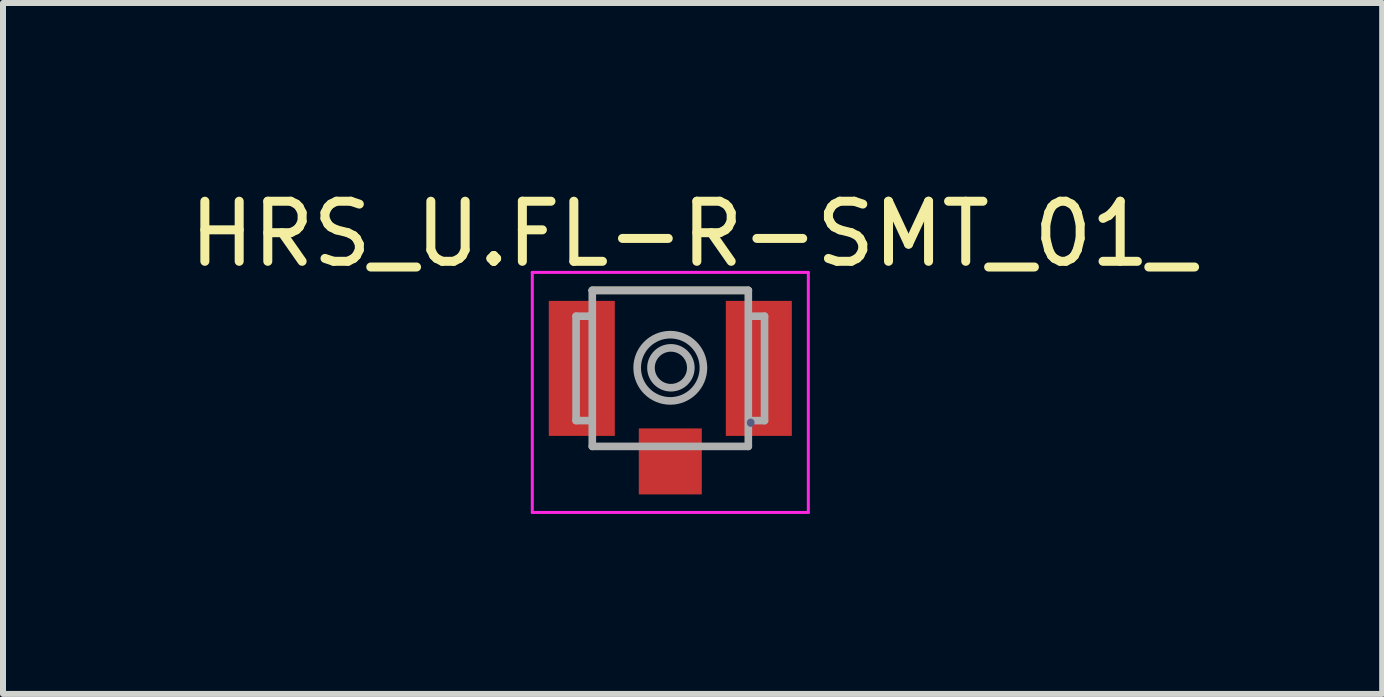
<source format=kicad_pcb>
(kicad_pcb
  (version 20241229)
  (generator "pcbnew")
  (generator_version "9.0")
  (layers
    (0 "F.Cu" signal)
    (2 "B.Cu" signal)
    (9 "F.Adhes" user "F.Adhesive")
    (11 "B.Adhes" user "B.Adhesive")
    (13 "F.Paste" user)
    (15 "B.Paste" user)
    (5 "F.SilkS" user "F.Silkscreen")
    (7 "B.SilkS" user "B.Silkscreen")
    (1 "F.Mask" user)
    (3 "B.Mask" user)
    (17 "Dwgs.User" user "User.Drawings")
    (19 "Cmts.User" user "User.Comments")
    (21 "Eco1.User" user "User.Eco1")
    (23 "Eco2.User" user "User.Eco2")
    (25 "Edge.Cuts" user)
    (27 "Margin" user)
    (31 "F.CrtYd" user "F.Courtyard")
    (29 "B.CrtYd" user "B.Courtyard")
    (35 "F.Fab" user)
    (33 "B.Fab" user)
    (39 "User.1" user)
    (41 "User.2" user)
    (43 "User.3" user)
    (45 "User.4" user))
  (footprint "HRS_U.FL-R-SMT_01_"
    (layer "F.Cu")
    (at 8.12 3.089)
    (property "Reference" "HRS_U.FL-R-SMT_01_" (at 0.371 -2.24 0) (layer "F.SilkS") (effects (font (size 1.001 1.001) (thickness 0.15))))
    (attr smd)
    (fp_line (start 1.3 -1.3) (end -1.3 -1.3) (stroke (width 0.127) (type solid)) (layer "F.SilkS"))
    (fp_line (start -2.3 -1.6) (end -2.3 2.4) (stroke (width 0.05) (type solid)) (layer "F.CrtYd"))
    (fp_line (start -2.3 2.4) (end 2.3 2.4) (stroke (width 0.05) (type solid)) (layer "F.CrtYd"))
    (fp_line (start 2.3 -1.6) (end -2.3 -1.6) (stroke (width 0.05) (type solid)) (layer "F.CrtYd"))
    (fp_line (start 2.3 2.4) (end 2.3 -1.6) (stroke (width 0.05) (type solid)) (layer "F.CrtYd"))
    (fp_line (start 1.34 0.9) (end 1.34 0.91) (stroke (width 0.127) (type solid)) (layer "B.Fab"))
    (fp_line (start -1.57 -0.87) (end -1.57 0.87) (stroke (width 0.127) (type solid)) (layer "F.Fab"))
    (fp_line (start -1.57 -0.87) (end -1.33 -0.87) (stroke (width 0.127) (type solid)) (layer "F.Fab"))
    (fp_line (start -1.57 0.87) (end -1.3 0.87) (stroke (width 0.127) (type solid)) (layer "F.Fab"))
    (fp_line (start -1.33 -0.87) (end -1.33 -0.88) (stroke (width 0.127) (type solid)) (layer "F.Fab"))
    (fp_line (start -1.3 -1.3) (end 1.3 -1.3) (stroke (width 0.127) (type solid)) (layer "F.Fab"))
    (fp_line (start -1.3 0.87) (end -1.3 -1.3) (stroke (width 0.127) (type solid)) (layer "F.Fab"))
    (fp_line (start -1.3 1.3) (end -1.3 0.87) (stroke (width 0.127) (type solid)) (layer "F.Fab"))
    (fp_line (start -1.3 1.3) (end 1.3 1.3) (stroke (width 0.127) (type solid)) (layer "F.Fab"))
    (fp_line (start 1.3 -1.3) (end 1.3 1.3) (stroke (width 0.127) (type solid)) (layer "F.Fab"))
    (fp_line (start 1.38 -0.87) (end 1.57 -0.87) (stroke (width 0.127) (type solid)) (layer "F.Fab"))
    (fp_line (start 1.57 -0.87) (end 1.57 0.87) (stroke (width 0.127) (type solid)) (layer "F.Fab"))
    (fp_line (start 1.57 0.87) (end 1.34 0.87) (stroke (width 0.127) (type solid)) (layer "F.Fab"))
    (fp_circle (center 0 -0.01) (end 0.552 -0.01) (stroke (width 0.127) (type solid)) (fill no) (layer "F.Fab"))
    (fp_circle (center 0.01 -0.01) (end 0.342 -0.01) (stroke (width 0.127) (type solid)) (fill no) (layer "F.Fab"))
    (pad "1" smd rect (at -1.475 0) (size 1.1 2.25) (layers "F.Cu" "F.Mask" "F.Paste"))
    (pad "2" smd rect (at 1.475 0) (size 1.1 2.25) (layers "F.Cu" "F.Mask" "F.Paste"))
    (pad "3" smd rect (at 0 1.55) (size 1.05 1.1) (layers "F.Cu" "F.Mask" "F.Paste"))
    (zone (net_name "") (layer "F.Cu") (hatch full 0.508) (connect_pads) (min_thickness 0.01) (filled_areas_thickness no) (keepout (tracks not_allowed) (vias not_allowed) (pads not_allowed) (copperpour not_allowed) (footprints allowed)) (placement (enabled no)) (fill) (polygon (pts (xy 7.217 1.939) (xy 9.02 1.939) (xy 9.02 4.052) (xy 7.217 4.052)))))
  (gr_rect
    (start -3 -3)
    (end 19.983 8.514)
    (stroke (width 0.1) (type default))
    (fill no)
    (layer "Edge.Cuts")))
</source>
